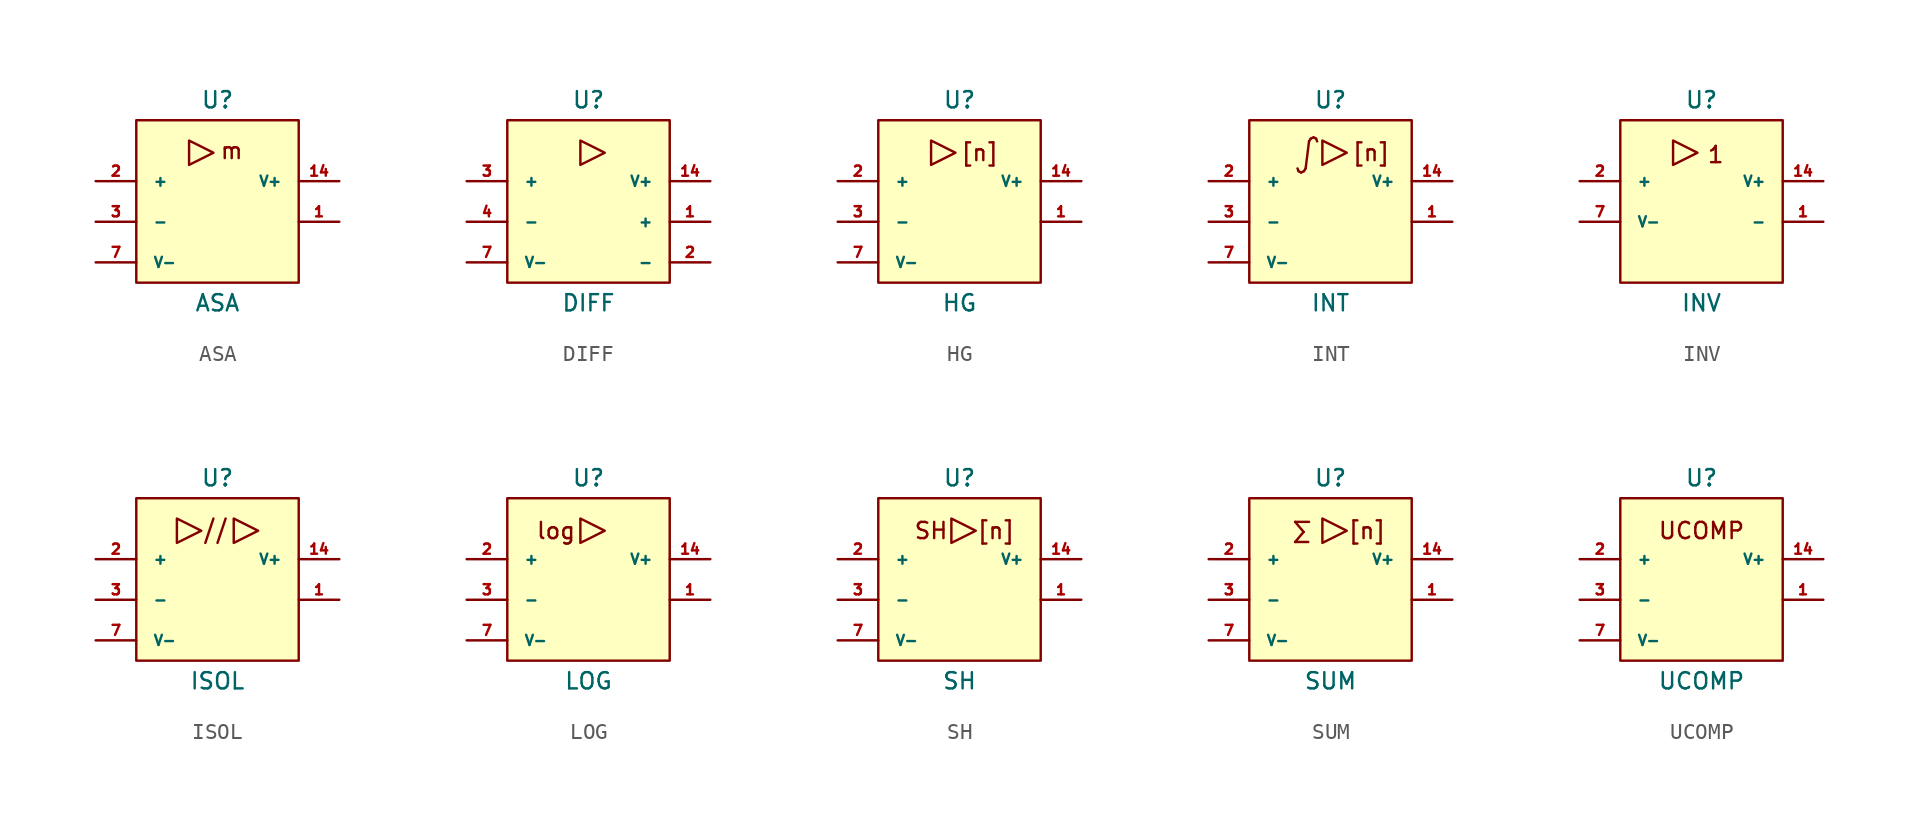
<source format=kicad_sym>
(kicad_symbol_lib
  (version 20211014)
  (generator kicad_symbol_editor)
  (symbol "ASA"
    (pin_names
      (offset 1.016))
    (property "Reference" "U"
      (at 0 6.35 0)
      (effects (font (size 1.016 1.016))))
    (property "Value" "ASA"
      (at 0 -6.35 0)
      (effects (font (size 1.016 1.016))))
    (property "Footprint" ""
      (at 0 1.27 0)
      (effects (font (size 1.524 1.524))))
    (property "Datasheet" ""
      (at 0 1.27 0)
      (effects (font (size 1.524 1.524))))
    (symbol "ASA_0_0"
      (polyline (pts (xy -1.778 3.81) (xy -1.778 2.286) (xy -0.254 3.048) (xy -1.778 3.81)) (stroke (width 0) (type default) (color 0 0 0 0)) (fill (type none)))
      (text "m" (at 0.889 3.175 0) (effects (font (size 1.016 1.016)))))
    (symbol "ASA_0_1"
      (rectangle (start -5.08 5.08) (end 5.08 -5.08) (stroke (width 0) (type default) (color 0 0 0 0)) (fill (type background))))
    (symbol "ASA_1_1"
      (pin output line (at 7.62 -1.27 180) (length 2.54) (name "~" (effects (font (size 0.635 0.635)))) (number "1" (effects (font (size 0.635 0.635)))))
      (pin power_in line (at 7.62 1.27 180) (length 2.54) (name "V+" (effects (font (size 0.635 0.635)))) (number "14" (effects (font (size 0.635 0.635)))))
      (pin input line (at -7.62 1.27 0) (length 2.54) (name "+" (effects (font (size 0.635 0.635)))) (number "2" (effects (font (size 0.635 0.635)))))
      (pin input line (at -7.62 -1.27 0) (length 2.54) (name "-" (effects (font (size 0.635 0.635)))) (number "3" (effects (font (size 0.635 0.635)))))
      (pin power_in line (at -7.62 -3.81 0) (length 2.54) (name "V-" (effects (font (size 0.635 0.635)))) (number "7" (effects (font (size 0.635 0.635)))))))
  (symbol "DIFF"
    (pin_names
      (offset 1.016))
    (property "Reference" "U"
      (at 0 6.35 0)
      (effects (font (size 1.016 1.016))))
    (property "Value" "DIFF"
      (at 0 -6.35 0)
      (effects (font (size 1.016 1.016))))
    (property "Footprint" ""
      (at 0 1.27 0)
      (effects (font (size 1.524 1.524))))
    (property "Datasheet" ""
      (at 0 1.27 0)
      (effects (font (size 1.524 1.524))))
    (symbol "DIFF_0_0"
      (polyline (pts (xy -0.508 2.286) (xy -0.508 3.81) (xy 1.016 3.048) (xy -0.508 2.286)) (stroke (width 0) (type default) (color 0 0 0 0)) (fill (type none))))
    (symbol "DIFF_0_1"
      (rectangle (start -5.08 5.08) (end 5.08 -5.08) (stroke (width 0) (type default) (color 0 0 0 0)) (fill (type background))))
    (symbol "DIFF_1_1"
      (pin output line (at 7.62 -1.27 180) (length 2.54) (name "+" (effects (font (size 0.635 0.635)))) (number "1" (effects (font (size 0.635 0.635)))))
      (pin power_in line (at 7.62 1.27 180) (length 2.54) (name "V+" (effects (font (size 0.635 0.635)))) (number "14" (effects (font (size 0.635 0.635)))))
      (pin output line (at 7.62 -3.81 180) (length 2.54) (name "-" (effects (font (size 0.635 0.635)))) (number "2" (effects (font (size 0.635 0.635)))))
      (pin input line (at -7.62 1.27 0) (length 2.54) (name "+" (effects (font (size 0.635 0.635)))) (number "3" (effects (font (size 0.635 0.635)))))
      (pin input line (at -7.62 -1.27 0) (length 2.54) (name "-" (effects (font (size 0.635 0.635)))) (number "4" (effects (font (size 0.635 0.635)))))
      (pin power_in line (at -7.62 -3.81 0) (length 2.54) (name "V-" (effects (font (size 0.635 0.635)))) (number "7" (effects (font (size 0.635 0.635)))))))
  (symbol "HG"
    (pin_names
      (offset 1.016))
    (property "Reference" "U"
      (at 0 6.35 0)
      (effects (font (size 1.016 1.016))))
    (property "Value" "HG"
      (at 0 -6.35 0)
      (effects (font (size 1.016 1.016))))
    (property "Footprint" ""
      (at 0 1.27 0)
      (effects (font (size 1.524 1.524))))
    (property "Datasheet" ""
      (at 0 1.27 0)
      (effects (font (size 1.524 1.524))))
    (symbol "HG_0_0"
      (polyline (pts (xy -1.778 2.286) (xy -1.778 3.81) (xy -0.254 3.048) (xy -1.778 2.286)) (stroke (width 0) (type default) (color 0 0 0 0)) (fill (type none)))
      (text "[n]" (at 1.27 3.048 0) (effects (font (size 1.016 1.016)))))
    (symbol "HG_0_1"
      (rectangle (start -5.08 5.08) (end 5.08 -5.08) (stroke (width 0) (type default) (color 0 0 0 0)) (fill (type background))))
    (symbol "HG_1_1"
      (pin output line (at 7.62 -1.27 180) (length 2.54) (name "~" (effects (font (size 0.635 0.635)))) (number "1" (effects (font (size 0.635 0.635)))))
      (pin power_in line (at 7.62 1.27 180) (length 2.54) (name "V+" (effects (font (size 0.635 0.635)))) (number "14" (effects (font (size 0.635 0.635)))))
      (pin input line (at -7.62 1.27 0) (length 2.54) (name "+" (effects (font (size 0.635 0.635)))) (number "2" (effects (font (size 0.635 0.635)))))
      (pin input line (at -7.62 -1.27 0) (length 2.54) (name "-" (effects (font (size 0.635 0.635)))) (number "3" (effects (font (size 0.635 0.635)))))
      (pin power_in line (at -7.62 -3.81 0) (length 2.54) (name "V-" (effects (font (size 0.635 0.635)))) (number "7" (effects (font (size 0.635 0.635)))))))
  (symbol "INT"
    (pin_names
      (offset 1.016))
    (property "Reference" "U"
      (at 0 6.35 0)
      (effects (font (size 1.016 1.016))))
    (property "Value" "INT"
      (at 0 -6.35 0)
      (effects (font (size 1.016 1.016))))
    (property "Footprint" ""
      (at 0 1.27 0)
      (effects (font (size 1.524 1.524))))
    (property "Datasheet" ""
      (at 0 1.27 0)
      (effects (font (size 1.524 1.524))))
    (symbol "INT_0_0"
      (polyline (pts (xy -0.508 2.286) (xy -0.508 3.81) (xy 1.016 3.048) (xy -0.508 2.286)) (stroke (width 0) (type default) (color 0 0 0 0)) (fill (type none)))
      (text "[n]" (at 2.54 3.048 0) (effects (font (size 1.016 1.016))))
      (text "∫" (at -1.524 3.048 0) (effects (font (size 1.778 1.778) italic))))
    (symbol "INT_0_1"
      (rectangle (start -5.08 5.08) (end 5.08 -5.08) (stroke (width 0) (type default) (color 0 0 0 0)) (fill (type background))))
    (symbol "INT_1_1"
      (pin output line (at 7.62 -1.27 180) (length 2.54) (name "~" (effects (font (size 0.635 0.635)))) (number "1" (effects (font (size 0.635 0.635)))))
      (pin power_in line (at 7.62 1.27 180) (length 2.54) (name "V+" (effects (font (size 0.635 0.635)))) (number "14" (effects (font (size 0.635 0.635)))))
      (pin input line (at -7.62 1.27 0) (length 2.54) (name "+" (effects (font (size 0.635 0.635)))) (number "2" (effects (font (size 0.635 0.635)))))
      (pin input line (at -7.62 -1.27 0) (length 2.54) (name "-" (effects (font (size 0.635 0.635)))) (number "3" (effects (font (size 0.635 0.635)))))
      (pin power_in line (at -7.62 -3.81 0) (length 2.54) (name "V-" (effects (font (size 0.635 0.635)))) (number "7" (effects (font (size 0.635 0.635)))))))
  (symbol "INV"
    (pin_names
      (offset 1.016))
    (property "Reference" "U"
      (at 0 6.35 0)
      (effects (font (size 1.016 1.016))))
    (property "Value" "INV"
      (at 0 -6.35 0)
      (effects (font (size 1.016 1.016))))
    (property "Footprint" ""
      (at 0 1.27 0)
      (effects (font (size 1.524 1.524))))
    (property "Datasheet" ""
      (at 0 1.27 0)
      (effects (font (size 1.524 1.524))))
    (symbol "INV_0_0"
      (polyline (pts (xy -1.778 2.286) (xy -1.778 3.81) (xy -0.254 3.048) (xy -1.778 2.286)) (stroke (width 0) (type default) (color 0 0 0 0)) (fill (type none)))
      (text "1" (at 0.889 2.921 0) (effects (font (size 1.016 1.016)))))
    (symbol "INV_0_1"
      (rectangle (start -5.08 5.08) (end 5.08 -5.08) (stroke (width 0) (type default) (color 0 0 0 0)) (fill (type background))))
    (symbol "INV_1_1"
      (pin output line (at 7.62 -1.27 180) (length 2.54) (name "-" (effects (font (size 0.635 0.635)))) (number "1" (effects (font (size 0.635 0.635)))))
      (pin power_in line (at 7.62 1.27 180) (length 2.54) (name "V+" (effects (font (size 0.635 0.635)))) (number "14" (effects (font (size 0.635 0.635)))))
      (pin input line (at -7.62 1.27 0) (length 2.54) (name "+" (effects (font (size 0.635 0.635)))) (number "2" (effects (font (size 0.635 0.635)))))
      (pin power_in line (at -7.62 -1.27 0) (length 2.54) (name "V-" (effects (font (size 0.635 0.635)))) (number "7" (effects (font (size 0.635 0.635)))))))
  (symbol "ISOL"
    (pin_names
      (offset 1.016))
    (property "Reference" "U"
      (at 0 6.35 0)
      (effects (font (size 1.016 1.016))))
    (property "Value" "ISOL"
      (at 0 -6.35 0)
      (effects (font (size 1.016 1.016))))
    (property "Footprint" ""
      (at 0 1.27 0)
      (effects (font (size 1.524 1.524))))
    (property "Datasheet" ""
      (at 0 1.27 0)
      (effects (font (size 1.524 1.524))))
    (symbol "ISOL_0_0"
      (polyline (pts (xy -0.254 3.81) (xy -0.762 2.286)) (stroke (width 0) (type default) (color 0 0 0 0)) (fill (type none)))
      (polyline (pts (xy 0.508 3.81) (xy 0 2.286)) (stroke (width 0) (type default) (color 0 0 0 0)) (fill (type none)))
      (polyline (pts (xy -2.54 2.286) (xy -2.54 3.81) (xy -1.016 3.048) (xy -2.54 2.286)) (stroke (width 0) (type default) (color 0 0 0 0)) (fill (type none)))
      (polyline (pts (xy 1.016 2.286) (xy 1.016 3.81) (xy 2.54 3.048) (xy 1.016 2.286)) (stroke (width 0) (type default) (color 0 0 0 0)) (fill (type none))))
    (symbol "ISOL_0_1"
      (rectangle (start -5.08 5.08) (end 5.08 -5.08) (stroke (width 0) (type default) (color 0 0 0 0)) (fill (type background))))
    (symbol "ISOL_1_1"
      (pin output line (at 7.62 -1.27 180) (length 2.54) (name "~" (effects (font (size 0.635 0.635)))) (number "1" (effects (font (size 0.635 0.635)))))
      (pin power_in line (at 7.62 1.27 180) (length 2.54) (name "V+" (effects (font (size 0.635 0.635)))) (number "14" (effects (font (size 0.635 0.635)))))
      (pin input line (at -7.62 1.27 0) (length 2.54) (name "+" (effects (font (size 0.635 0.635)))) (number "2" (effects (font (size 0.635 0.635)))))
      (pin input line (at -7.62 -1.27 0) (length 2.54) (name "-" (effects (font (size 0.635 0.635)))) (number "3" (effects (font (size 0.635 0.635)))))
      (pin power_in line (at -7.62 -3.81 0) (length 2.54) (name "V-" (effects (font (size 0.635 0.635)))) (number "7" (effects (font (size 0.635 0.635)))))))
  (symbol "LOG"
    (pin_names
      (offset 1.016))
    (property "Reference" "U"
      (at 0 6.35 0)
      (effects (font (size 1.016 1.016))))
    (property "Value" "LOG"
      (at 0 -6.35 0)
      (effects (font (size 1.016 1.016))))
    (property "Footprint" ""
      (at 0 1.27 0)
      (effects (font (size 1.524 1.524))))
    (property "Datasheet" ""
      (at 0 1.27 0)
      (effects (font (size 1.524 1.524))))
    (symbol "LOG_0_0"
      (polyline (pts (xy -0.508 2.286) (xy -0.508 3.81) (xy 1.016 3.048) (xy -0.508 2.286)) (stroke (width 0) (type default) (color 0 0 0 0)) (fill (type none)))
      (text "log" (at -2.032 3.048 0) (effects (font (size 1.016 1.016)))))
    (symbol "LOG_0_1"
      (rectangle (start -5.08 5.08) (end 5.08 -5.08) (stroke (width 0) (type default) (color 0 0 0 0)) (fill (type background))))
    (symbol "LOG_1_1"
      (pin output line (at 7.62 -1.27 180) (length 2.54) (name "~" (effects (font (size 0.635 0.635)))) (number "1" (effects (font (size 0.635 0.635)))))
      (pin power_in line (at 7.62 1.27 180) (length 2.54) (name "V+" (effects (font (size 0.635 0.635)))) (number "14" (effects (font (size 0.635 0.635)))))
      (pin input line (at -7.62 1.27 0) (length 2.54) (name "+" (effects (font (size 0.635 0.635)))) (number "2" (effects (font (size 0.635 0.635)))))
      (pin input line (at -7.62 -1.27 0) (length 2.54) (name "-" (effects (font (size 0.635 0.635)))) (number "3" (effects (font (size 0.635 0.635)))))
      (pin power_in line (at -7.62 -3.81 0) (length 2.54) (name "V-" (effects (font (size 0.635 0.635)))) (number "7" (effects (font (size 0.635 0.635)))))))
  (symbol "SH"
    (pin_names
      (offset 1.016))
    (property "Reference" "U"
      (at 0 6.35 0)
      (effects (font (size 1.016 1.016))))
    (property "Value" "SH"
      (at 0 -6.35 0)
      (effects (font (size 1.016 1.016))))
    (property "Footprint" ""
      (at 0 1.27 0)
      (effects (font (size 1.524 1.524))))
    (property "Datasheet" ""
      (at 0 1.27 0)
      (effects (font (size 1.524 1.524))))
    (symbol "SH_0_0"
      (polyline (pts (xy -0.508 2.286) (xy -0.508 3.81) (xy 1.016 3.048) (xy -0.508 2.286)) (stroke (width 0) (type default) (color 0 0 0 0)) (fill (type none)))
      (text "[n]" (at 2.286 3.048 0) (effects (font (size 1.016 1.016))))
      (text "SH" (at -1.778 3.048 0) (effects (font (size 1.016 1.016)))))
    (symbol "SH_0_1"
      (rectangle (start -5.08 5.08) (end 5.08 -5.08) (stroke (width 0) (type default) (color 0 0 0 0)) (fill (type background))))
    (symbol "SH_1_1"
      (pin output line (at 7.62 -1.27 180) (length 2.54) (name "~" (effects (font (size 0.635 0.635)))) (number "1" (effects (font (size 0.635 0.635)))))
      (pin power_in line (at 7.62 1.27 180) (length 2.54) (name "V+" (effects (font (size 0.635 0.635)))) (number "14" (effects (font (size 0.635 0.635)))))
      (pin input line (at -7.62 1.27 0) (length 2.54) (name "+" (effects (font (size 0.635 0.635)))) (number "2" (effects (font (size 0.635 0.635)))))
      (pin input line (at -7.62 -1.27 0) (length 2.54) (name "-" (effects (font (size 0.635 0.635)))) (number "3" (effects (font (size 0.635 0.635)))))
      (pin power_in line (at -7.62 -3.81 0) (length 2.54) (name "V-" (effects (font (size 0.635 0.635)))) (number "7" (effects (font (size 0.635 0.635)))))))
  (symbol "SUM"
    (pin_names
      (offset 1.016))
    (property "Reference" "U"
      (at 0 6.35 0)
      (effects (font (size 1.016 1.016))))
    (property "Value" "SUM"
      (at 0 -6.35 0)
      (effects (font (size 1.016 1.016))))
    (property "Footprint" ""
      (at 0 1.27 0)
      (effects (font (size 1.524 1.524))))
    (property "Datasheet" ""
      (at 0 1.27 0)
      (effects (font (size 1.524 1.524))))
    (symbol "SUM_0_0"
      (polyline (pts (xy -0.508 2.286) (xy -0.508 3.81) (xy 1.016 3.048) (xy -0.508 2.286)) (stroke (width 0) (type default) (color 0 0 0 0)) (fill (type none)))
      (text "[n]" (at 2.286 3.048 0) (effects (font (size 1.016 1.016))))
      (text "∑" (at -1.778 3.048 0) (effects (font (size 1.016 1.016)))))
    (symbol "SUM_0_1"
      (rectangle (start -5.08 5.08) (end 5.08 -5.08) (stroke (width 0) (type default) (color 0 0 0 0)) (fill (type background))))
    (symbol "SUM_1_1"
      (pin output line (at 7.62 -1.27 180) (length 2.54) (name "~" (effects (font (size 0.635 0.635)))) (number "1" (effects (font (size 0.635 0.635)))))
      (pin power_in line (at 7.62 1.27 180) (length 2.54) (name "V+" (effects (font (size 0.635 0.635)))) (number "14" (effects (font (size 0.635 0.635)))))
      (pin input line (at -7.62 1.27 0) (length 2.54) (name "+" (effects (font (size 0.635 0.635)))) (number "2" (effects (font (size 0.635 0.635)))))
      (pin input line (at -7.62 -1.27 0) (length 2.54) (name "-" (effects (font (size 0.635 0.635)))) (number "3" (effects (font (size 0.635 0.635)))))
      (pin power_in line (at -7.62 -3.81 0) (length 2.54) (name "V-" (effects (font (size 0.635 0.635)))) (number "7" (effects (font (size 0.635 0.635)))))))
  (symbol "UCOMP"
    (pin_names
      (offset 1.016))
    (property "Reference" "U"
      (at 0 6.35 0)
      (effects (font (size 1.016 1.016))))
    (property "Value" "UCOMP"
      (at 0 -6.35 0)
      (effects (font (size 1.016 1.016))))
    (property "Footprint" ""
      (at 0 1.27 0)
      (effects (font (size 1.524 1.524))))
    (property "Datasheet" ""
      (at 0 1.27 0)
      (effects (font (size 1.524 1.524))))
    (symbol "UCOMP_0_0"
      (text "UCOMP" (at 0 3.048 0) (effects (font (size 1.016 1.016)))))
    (symbol "UCOMP_0_1"
      (rectangle (start -5.08 5.08) (end 5.08 -5.08) (stroke (width 0) (type default) (color 0 0 0 0)) (fill (type background))))
    (symbol "UCOMP_1_1"
      (pin output line (at 7.62 -1.27 180) (length 2.54) (name "~" (effects (font (size 0.635 0.635)))) (number "1" (effects (font (size 0.635 0.635)))))
      (pin power_in line (at 7.62 1.27 180) (length 2.54) (name "V+" (effects (font (size 0.635 0.635)))) (number "14" (effects (font (size 0.635 0.635)))))
      (pin input line (at -7.62 1.27 0) (length 2.54) (name "+" (effects (font (size 0.635 0.635)))) (number "2" (effects (font (size 0.635 0.635)))))
      (pin input line (at -7.62 -1.27 0) (length 2.54) (name "-" (effects (font (size 0.635 0.635)))) (number "3" (effects (font (size 0.635 0.635)))))
      (pin power_in line (at -7.62 -3.81 0) (length 2.54) (name "V-" (effects (font (size 0.635 0.635)))) (number "7" (effects (font (size 0.635 0.635))))))))
</source>
